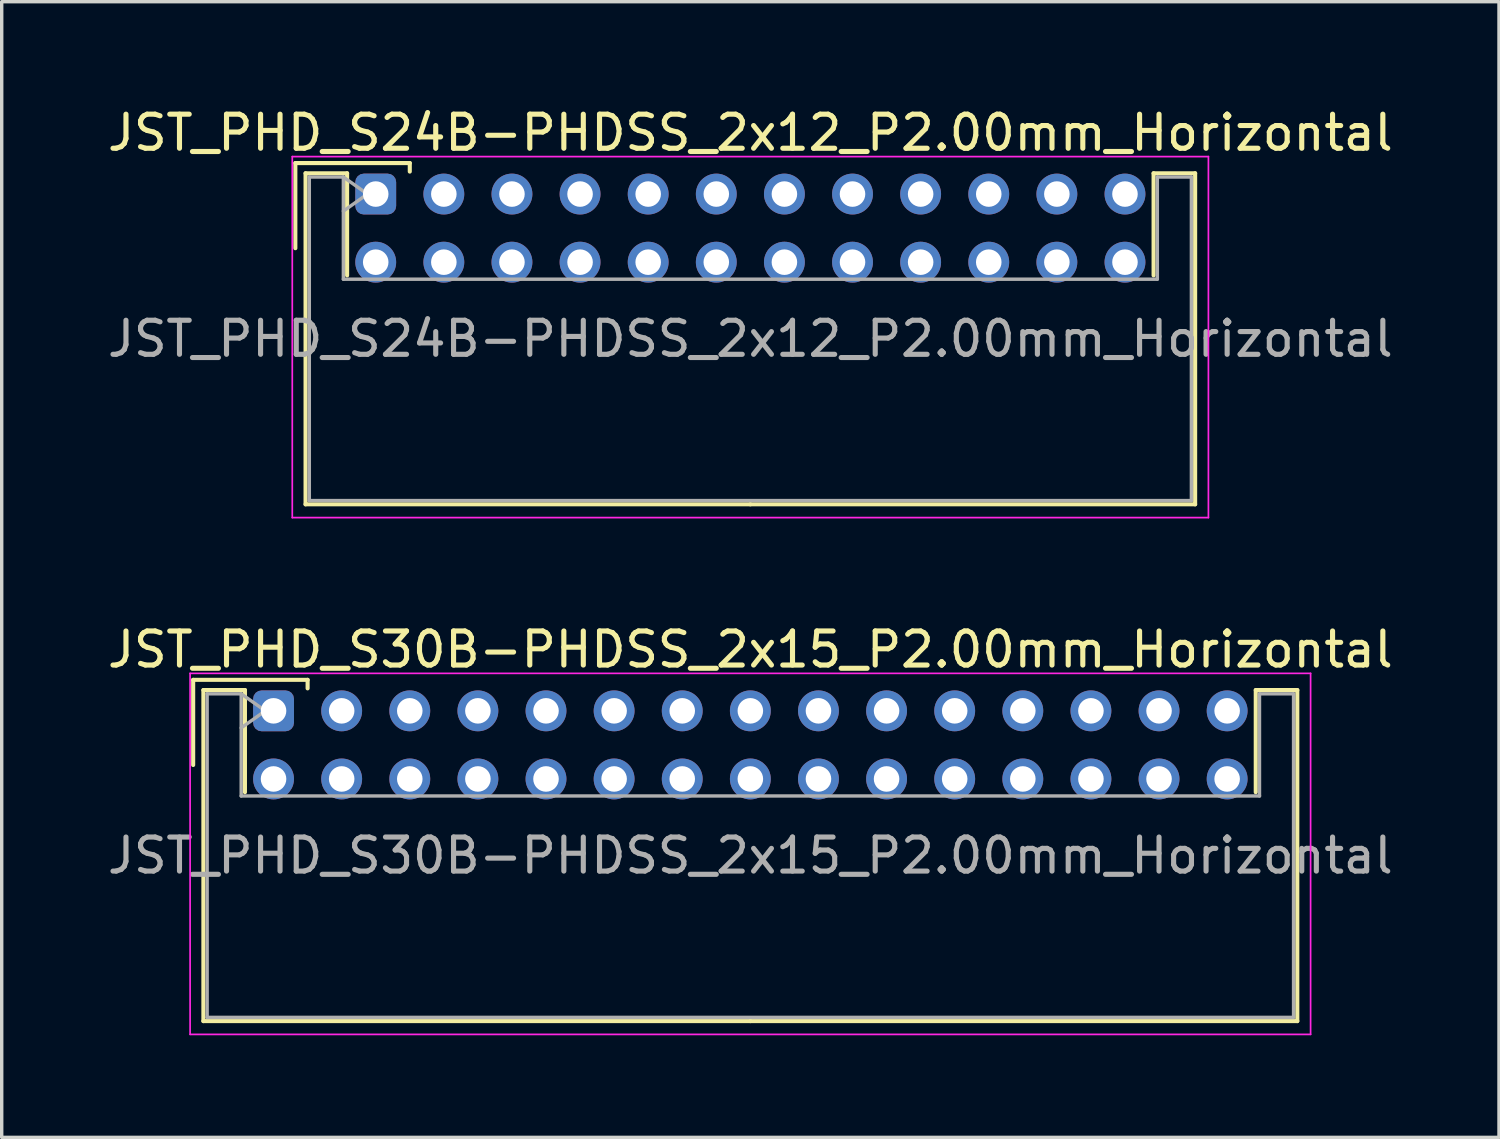
<source format=kicad_pcb>
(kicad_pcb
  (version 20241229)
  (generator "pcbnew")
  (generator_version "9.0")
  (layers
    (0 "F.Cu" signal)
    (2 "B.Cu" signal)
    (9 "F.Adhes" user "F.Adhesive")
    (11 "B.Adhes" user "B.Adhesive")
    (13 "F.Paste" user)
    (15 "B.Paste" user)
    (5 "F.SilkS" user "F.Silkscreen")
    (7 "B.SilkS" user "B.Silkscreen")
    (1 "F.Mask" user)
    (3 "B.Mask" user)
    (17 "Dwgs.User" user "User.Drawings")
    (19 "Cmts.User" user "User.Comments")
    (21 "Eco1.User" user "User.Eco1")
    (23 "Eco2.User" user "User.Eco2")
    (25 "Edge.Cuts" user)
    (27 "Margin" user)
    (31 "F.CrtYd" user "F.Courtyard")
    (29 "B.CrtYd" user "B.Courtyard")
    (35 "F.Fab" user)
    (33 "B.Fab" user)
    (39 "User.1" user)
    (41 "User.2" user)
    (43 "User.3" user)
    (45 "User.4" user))
  (footprint "JST_PHD_S24B-PHDSS_2x12_P2.00mm_Horizontal"
    (layer "F.Cu")
    (at 7.982 2.648)
    (property "Reference" "JST_PHD_S24B-PHDSS_2x12_P2.00mm_Horizontal" (at 11 -1.8 0) (layer "F.SilkS") (effects (font (size 1 1) (thickness 0.15))))
    (attr through_hole)
    (fp_line (start -2.36 -0.91) (end -2.36 1.59) (stroke (width 0.12) (type solid)) (layer "F.SilkS"))
    (fp_line (start -2.06 -0.61) (end -2.06 9.11) (stroke (width 0.12) (type solid)) (layer "F.SilkS"))
    (fp_line (start -2.06 9.11) (end 11 9.11) (stroke (width 0.12) (type solid)) (layer "F.SilkS"))
    (fp_line (start -0.84 -0.61) (end -2.06 -0.61) (stroke (width 0.12) (type solid)) (layer "F.SilkS"))
    (fp_line (start -0.84 2.39) (end -0.84 -0.61) (stroke (width 0.12) (type solid)) (layer "F.SilkS"))
    (fp_line (start 1 -0.91) (end -2.36 -0.91) (stroke (width 0.12) (type solid)) (layer "F.SilkS"))
    (fp_line (start 1 -0.66) (end 1 -0.91) (stroke (width 0.12) (type solid)) (layer "F.SilkS"))
    (fp_line (start 22.84 -0.61) (end 24.06 -0.61) (stroke (width 0.12) (type solid)) (layer "F.SilkS"))
    (fp_line (start 22.84 2.39) (end 22.84 -0.61) (stroke (width 0.12) (type solid)) (layer "F.SilkS"))
    (fp_line (start 24.06 -0.61) (end 24.06 9.11) (stroke (width 0.12) (type solid)) (layer "F.SilkS"))
    (fp_line (start 24.06 9.11) (end 11 9.11) (stroke (width 0.12) (type solid)) (layer "F.SilkS"))
    (fp_line (start -2.45 -1.1) (end -2.45 9.5) (stroke (width 0.05) (type solid)) (layer "F.CrtYd"))
    (fp_line (start -2.45 9.5) (end 24.45 9.5) (stroke (width 0.05) (type solid)) (layer "F.CrtYd"))
    (fp_line (start 24.45 -1.1) (end -2.45 -1.1) (stroke (width 0.05) (type solid)) (layer "F.CrtYd"))
    (fp_line (start 24.45 9.5) (end 24.45 -1.1) (stroke (width 0.05) (type solid)) (layer "F.CrtYd"))
    (fp_line (start -1.95 -0.5) (end -0.95 -0.5) (stroke (width 0.1) (type solid)) (layer "F.Fab"))
    (fp_line (start -1.95 9) (end -1.95 -0.5) (stroke (width 0.1) (type solid)) (layer "F.Fab"))
    (fp_line (start -0.95 -0.5) (end -0.95 2.5) (stroke (width 0.1) (type solid)) (layer "F.Fab"))
    (fp_line (start -0.95 -0.5) (end -0.243 0) (stroke (width 0.1) (type solid)) (layer "F.Fab"))
    (fp_line (start -0.95 2.5) (end 22.95 2.5) (stroke (width 0.1) (type solid)) (layer "F.Fab"))
    (fp_line (start -0.243 0) (end -0.95 0.5) (stroke (width 0.1) (type solid)) (layer "F.Fab"))
    (fp_line (start 22.95 -0.5) (end 23.95 -0.5) (stroke (width 0.1) (type solid)) (layer "F.Fab"))
    (fp_line (start 22.95 2.5) (end 22.95 -0.5) (stroke (width 0.1) (type solid)) (layer "F.Fab"))
    (fp_line (start 23.95 -0.5) (end 23.95 9) (stroke (width 0.1) (type solid)) (layer "F.Fab"))
    (fp_line (start 23.95 9) (end -1.95 9) (stroke (width 0.1) (type solid)) (layer "F.Fab"))
    (fp_text user "${REFERENCE}" (at 11 4.25 0) (layer "F.Fab") (effects (font (size 1 1) (thickness 0.15))))
    (pad "1" thru_hole roundrect (at 0 0) (size 1.2 1.2) (drill 0.75) (layers "*.Cu" "*.Mask") (roundrect_rratio 0.208))
    (pad "2" thru_hole circle (at 0 2) (size 1.2 1.2) (drill 0.75) (layers "*.Cu" "*.Mask"))
    (pad "3" thru_hole circle (at 2 0) (size 1.2 1.2) (drill 0.75) (layers "*.Cu" "*.Mask"))
    (pad "4" thru_hole circle (at 2 2) (size 1.2 1.2) (drill 0.75) (layers "*.Cu" "*.Mask"))
    (pad "5" thru_hole circle (at 4 0) (size 1.2 1.2) (drill 0.75) (layers "*.Cu" "*.Mask"))
    (pad "6" thru_hole circle (at 4 2) (size 1.2 1.2) (drill 0.75) (layers "*.Cu" "*.Mask"))
    (pad "7" thru_hole circle (at 6 0) (size 1.2 1.2) (drill 0.75) (layers "*.Cu" "*.Mask"))
    (pad "8" thru_hole circle (at 6 2) (size 1.2 1.2) (drill 0.75) (layers "*.Cu" "*.Mask"))
    (pad "9" thru_hole circle (at 8 0) (size 1.2 1.2) (drill 0.75) (layers "*.Cu" "*.Mask"))
    (pad "10" thru_hole circle (at 8 2) (size 1.2 1.2) (drill 0.75) (layers "*.Cu" "*.Mask"))
    (pad "11" thru_hole circle (at 10 0) (size 1.2 1.2) (drill 0.75) (layers "*.Cu" "*.Mask"))
    (pad "12" thru_hole circle (at 10 2) (size 1.2 1.2) (drill 0.75) (layers "*.Cu" "*.Mask"))
    (pad "13" thru_hole circle (at 12 0) (size 1.2 1.2) (drill 0.75) (layers "*.Cu" "*.Mask"))
    (pad "14" thru_hole circle (at 12 2) (size 1.2 1.2) (drill 0.75) (layers "*.Cu" "*.Mask"))
    (pad "15" thru_hole circle (at 14 0) (size 1.2 1.2) (drill 0.75) (layers "*.Cu" "*.Mask"))
    (pad "16" thru_hole circle (at 14 2) (size 1.2 1.2) (drill 0.75) (layers "*.Cu" "*.Mask"))
    (pad "17" thru_hole circle (at 16 0) (size 1.2 1.2) (drill 0.75) (layers "*.Cu" "*.Mask"))
    (pad "18" thru_hole circle (at 16 2) (size 1.2 1.2) (drill 0.75) (layers "*.Cu" "*.Mask"))
    (pad "19" thru_hole circle (at 18 0) (size 1.2 1.2) (drill 0.75) (layers "*.Cu" "*.Mask"))
    (pad "20" thru_hole circle (at 18 2) (size 1.2 1.2) (drill 0.75) (layers "*.Cu" "*.Mask"))
    (pad "21" thru_hole circle (at 20 0) (size 1.2 1.2) (drill 0.75) (layers "*.Cu" "*.Mask"))
    (pad "22" thru_hole circle (at 20 2) (size 1.2 1.2) (drill 0.75) (layers "*.Cu" "*.Mask"))
    (pad "23" thru_hole circle (at 22 0) (size 1.2 1.2) (drill 0.75) (layers "*.Cu" "*.Mask"))
    (pad "24" thru_hole circle (at 22 2) (size 1.2 1.2) (drill 0.75) (layers "*.Cu" "*.Mask")))
  (footprint "JST_PHD_S30B-PHDSS_2x15_P2.00mm_Horizontal"
    (layer "F.Cu")
    (at 4.982 17.822)
    (property "Reference" "JST_PHD_S30B-PHDSS_2x15_P2.00mm_Horizontal" (at 14 -1.8 0) (layer "F.SilkS") (effects (font (size 1 1) (thickness 0.15))))
    (attr through_hole)
    (fp_line (start -2.36 -0.91) (end -2.36 1.59) (stroke (width 0.12) (type solid)) (layer "F.SilkS"))
    (fp_line (start -2.06 -0.61) (end -2.06 9.11) (stroke (width 0.12) (type solid)) (layer "F.SilkS"))
    (fp_line (start -2.06 9.11) (end 14 9.11) (stroke (width 0.12) (type solid)) (layer "F.SilkS"))
    (fp_line (start -0.84 -0.61) (end -2.06 -0.61) (stroke (width 0.12) (type solid)) (layer "F.SilkS"))
    (fp_line (start -0.84 2.39) (end -0.84 -0.61) (stroke (width 0.12) (type solid)) (layer "F.SilkS"))
    (fp_line (start 1 -0.91) (end -2.36 -0.91) (stroke (width 0.12) (type solid)) (layer "F.SilkS"))
    (fp_line (start 1 -0.66) (end 1 -0.91) (stroke (width 0.12) (type solid)) (layer "F.SilkS"))
    (fp_line (start 28.84 -0.61) (end 30.06 -0.61) (stroke (width 0.12) (type solid)) (layer "F.SilkS"))
    (fp_line (start 28.84 2.39) (end 28.84 -0.61) (stroke (width 0.12) (type solid)) (layer "F.SilkS"))
    (fp_line (start 30.06 -0.61) (end 30.06 9.11) (stroke (width 0.12) (type solid)) (layer "F.SilkS"))
    (fp_line (start 30.06 9.11) (end 14 9.11) (stroke (width 0.12) (type solid)) (layer "F.SilkS"))
    (fp_line (start -2.45 -1.1) (end -2.45 9.5) (stroke (width 0.05) (type solid)) (layer "F.CrtYd"))
    (fp_line (start -2.45 9.5) (end 30.45 9.5) (stroke (width 0.05) (type solid)) (layer "F.CrtYd"))
    (fp_line (start 30.45 -1.1) (end -2.45 -1.1) (stroke (width 0.05) (type solid)) (layer "F.CrtYd"))
    (fp_line (start 30.45 9.5) (end 30.45 -1.1) (stroke (width 0.05) (type solid)) (layer "F.CrtYd"))
    (fp_line (start -1.95 -0.5) (end -0.95 -0.5) (stroke (width 0.1) (type solid)) (layer "F.Fab"))
    (fp_line (start -1.95 9) (end -1.95 -0.5) (stroke (width 0.1) (type solid)) (layer "F.Fab"))
    (fp_line (start -0.95 -0.5) (end -0.95 2.5) (stroke (width 0.1) (type solid)) (layer "F.Fab"))
    (fp_line (start -0.95 -0.5) (end -0.243 0) (stroke (width 0.1) (type solid)) (layer "F.Fab"))
    (fp_line (start -0.95 2.5) (end 28.95 2.5) (stroke (width 0.1) (type solid)) (layer "F.Fab"))
    (fp_line (start -0.243 0) (end -0.95 0.5) (stroke (width 0.1) (type solid)) (layer "F.Fab"))
    (fp_line (start 28.95 -0.5) (end 29.95 -0.5) (stroke (width 0.1) (type solid)) (layer "F.Fab"))
    (fp_line (start 28.95 2.5) (end 28.95 -0.5) (stroke (width 0.1) (type solid)) (layer "F.Fab"))
    (fp_line (start 29.95 -0.5) (end 29.95 9) (stroke (width 0.1) (type solid)) (layer "F.Fab"))
    (fp_line (start 29.95 9) (end -1.95 9) (stroke (width 0.1) (type solid)) (layer "F.Fab"))
    (fp_text user "${REFERENCE}" (at 14 4.25 0) (layer "F.Fab") (effects (font (size 1 1) (thickness 0.15))))
    (pad "1" thru_hole roundrect (at 0 0) (size 1.2 1.2) (drill 0.75) (layers "*.Cu" "*.Mask") (roundrect_rratio 0.208))
    (pad "2" thru_hole circle (at 0 2) (size 1.2 1.2) (drill 0.75) (layers "*.Cu" "*.Mask"))
    (pad "3" thru_hole circle (at 2 0) (size 1.2 1.2) (drill 0.75) (layers "*.Cu" "*.Mask"))
    (pad "4" thru_hole circle (at 2 2) (size 1.2 1.2) (drill 0.75) (layers "*.Cu" "*.Mask"))
    (pad "5" thru_hole circle (at 4 0) (size 1.2 1.2) (drill 0.75) (layers "*.Cu" "*.Mask"))
    (pad "6" thru_hole circle (at 4 2) (size 1.2 1.2) (drill 0.75) (layers "*.Cu" "*.Mask"))
    (pad "7" thru_hole circle (at 6 0) (size 1.2 1.2) (drill 0.75) (layers "*.Cu" "*.Mask"))
    (pad "8" thru_hole circle (at 6 2) (size 1.2 1.2) (drill 0.75) (layers "*.Cu" "*.Mask"))
    (pad "9" thru_hole circle (at 8 0) (size 1.2 1.2) (drill 0.75) (layers "*.Cu" "*.Mask"))
    (pad "10" thru_hole circle (at 8 2) (size 1.2 1.2) (drill 0.75) (layers "*.Cu" "*.Mask"))
    (pad "11" thru_hole circle (at 10 0) (size 1.2 1.2) (drill 0.75) (layers "*.Cu" "*.Mask"))
    (pad "12" thru_hole circle (at 10 2) (size 1.2 1.2) (drill 0.75) (layers "*.Cu" "*.Mask"))
    (pad "13" thru_hole circle (at 12 0) (size 1.2 1.2) (drill 0.75) (layers "*.Cu" "*.Mask"))
    (pad "14" thru_hole circle (at 12 2) (size 1.2 1.2) (drill 0.75) (layers "*.Cu" "*.Mask"))
    (pad "15" thru_hole circle (at 14 0) (size 1.2 1.2) (drill 0.75) (layers "*.Cu" "*.Mask"))
    (pad "16" thru_hole circle (at 14 2) (size 1.2 1.2) (drill 0.75) (layers "*.Cu" "*.Mask"))
    (pad "17" thru_hole circle (at 16 0) (size 1.2 1.2) (drill 0.75) (layers "*.Cu" "*.Mask"))
    (pad "18" thru_hole circle (at 16 2) (size 1.2 1.2) (drill 0.75) (layers "*.Cu" "*.Mask"))
    (pad "19" thru_hole circle (at 18 0) (size 1.2 1.2) (drill 0.75) (layers "*.Cu" "*.Mask"))
    (pad "20" thru_hole circle (at 18 2) (size 1.2 1.2) (drill 0.75) (layers "*.Cu" "*.Mask"))
    (pad "21" thru_hole circle (at 20 0) (size 1.2 1.2) (drill 0.75) (layers "*.Cu" "*.Mask"))
    (pad "22" thru_hole circle (at 20 2) (size 1.2 1.2) (drill 0.75) (layers "*.Cu" "*.Mask"))
    (pad "23" thru_hole circle (at 22 0) (size 1.2 1.2) (drill 0.75) (layers "*.Cu" "*.Mask"))
    (pad "24" thru_hole circle (at 22 2) (size 1.2 1.2) (drill 0.75) (layers "*.Cu" "*.Mask"))
    (pad "25" thru_hole circle (at 24 0) (size 1.2 1.2) (drill 0.75) (layers "*.Cu" "*.Mask"))
    (pad "26" thru_hole circle (at 24 2) (size 1.2 1.2) (drill 0.75) (layers "*.Cu" "*.Mask"))
    (pad "27" thru_hole circle (at 26 0) (size 1.2 1.2) (drill 0.75) (layers "*.Cu" "*.Mask"))
    (pad "28" thru_hole circle (at 26 2) (size 1.2 1.2) (drill 0.75) (layers "*.Cu" "*.Mask"))
    (pad "29" thru_hole circle (at 28 0) (size 1.2 1.2) (drill 0.75) (layers "*.Cu" "*.Mask"))
    (pad "30" thru_hole circle (at 28 2) (size 1.2 1.2) (drill 0.75) (layers "*.Cu" "*.Mask")))
  (gr_rect
    (start -3 -3)
    (end 40.964 30.346)
    (stroke (width 0.1) (type default))
    (fill no)
    (layer "Edge.Cuts")))
</source>
